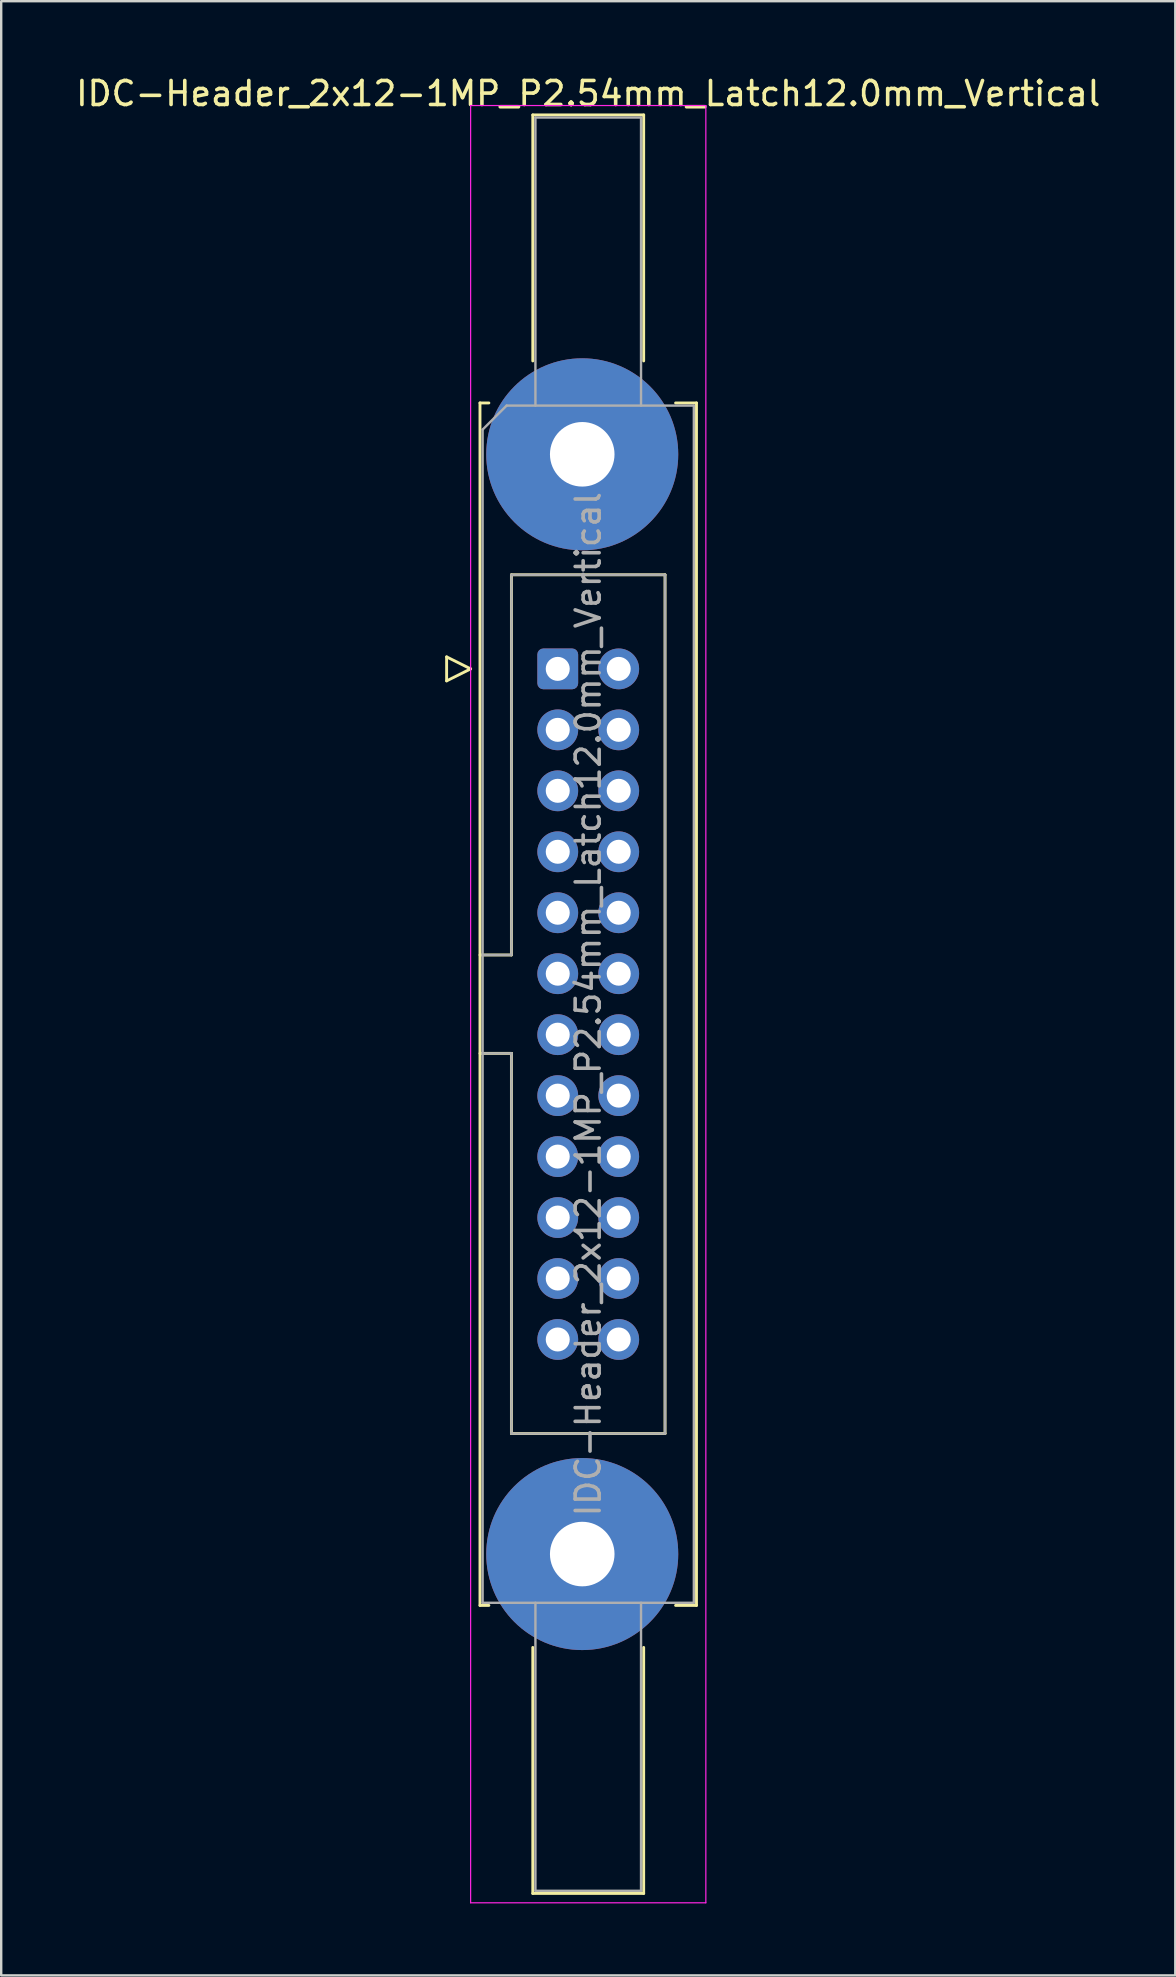
<source format=kicad_pcb>
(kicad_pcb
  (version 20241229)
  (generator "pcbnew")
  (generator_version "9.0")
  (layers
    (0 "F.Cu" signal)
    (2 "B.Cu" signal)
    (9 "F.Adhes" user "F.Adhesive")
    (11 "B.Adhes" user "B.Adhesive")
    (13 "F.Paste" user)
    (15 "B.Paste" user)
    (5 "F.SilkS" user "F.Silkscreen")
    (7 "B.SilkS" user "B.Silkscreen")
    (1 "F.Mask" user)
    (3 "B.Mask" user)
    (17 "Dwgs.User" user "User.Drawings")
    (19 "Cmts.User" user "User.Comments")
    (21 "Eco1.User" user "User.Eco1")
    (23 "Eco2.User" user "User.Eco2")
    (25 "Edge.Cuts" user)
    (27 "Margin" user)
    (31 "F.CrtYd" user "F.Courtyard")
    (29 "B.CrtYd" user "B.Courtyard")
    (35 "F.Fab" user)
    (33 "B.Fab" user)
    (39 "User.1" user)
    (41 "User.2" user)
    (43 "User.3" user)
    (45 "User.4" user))
  (footprint "IDC-Header_2x12-1MP_P2.54mm_Latch12.0mm_Vertical"
    (layer "F.Cu")
    (at 20.188 24.818)
    (property "Reference" "IDC-Header_2x12-1MP_P2.54mm_Latch12.0mm_Vertical" (at 1.27 -23.97 0) (layer "F.SilkS") (effects (font (size 1 1) (thickness 0.15))))
    (attr through_hole)
    (fp_line (start -4.63 -0.5) (end -4.63 0.5) (stroke (width 0.12) (type solid)) (layer "F.SilkS"))
    (fp_line (start -4.63 0.5) (end -3.63 0) (stroke (width 0.12) (type solid)) (layer "F.SilkS"))
    (fp_line (start -3.63 0) (end -4.63 -0.5) (stroke (width 0.12) (type solid)) (layer "F.SilkS"))
    (fp_line (start -3.24 -11.08) (end -3.24 39.02) (stroke (width 0.12) (type solid)) (layer "F.SilkS"))
    (fp_line (start -3.24 11.92) (end -1.93 11.92) (stroke (width 0.12) (type solid)) (layer "F.SilkS"))
    (fp_line (start -3.24 39.02) (end -2.87 39.02) (stroke (width 0.12) (type solid)) (layer "F.SilkS"))
    (fp_line (start -2.87 -11.08) (end -3.24 -11.08) (stroke (width 0.12) (type solid)) (layer "F.SilkS"))
    (fp_line (start -1.93 -3.92) (end 4.47 -3.92) (stroke (width 0.12) (type solid)) (layer "F.SilkS"))
    (fp_line (start -1.93 11.92) (end -1.93 -3.92) (stroke (width 0.12) (type solid)) (layer "F.SilkS"))
    (fp_line (start -1.93 16.02) (end -3.24 16.02) (stroke (width 0.12) (type solid)) (layer "F.SilkS"))
    (fp_line (start -1.93 16.02) (end -1.93 16.02) (stroke (width 0.12) (type solid)) (layer "F.SilkS"))
    (fp_line (start -1.93 31.86) (end -1.93 16.02) (stroke (width 0.12) (type solid)) (layer "F.SilkS"))
    (fp_line (start -1.04 -23.08) (end 3.58 -23.08) (stroke (width 0.12) (type solid)) (layer "F.SilkS"))
    (fp_line (start -1.04 -12.83) (end -1.04 -23.08) (stroke (width 0.12) (type solid)) (layer "F.SilkS"))
    (fp_line (start -1.04 40.77) (end -1.04 51.02) (stroke (width 0.12) (type solid)) (layer "F.SilkS"))
    (fp_line (start -1.04 51.02) (end 3.58 51.02) (stroke (width 0.12) (type solid)) (layer "F.SilkS"))
    (fp_line (start 3.58 -23.08) (end 3.58 -12.83) (stroke (width 0.12) (type solid)) (layer "F.SilkS"))
    (fp_line (start 3.58 51.02) (end 3.58 40.77) (stroke (width 0.12) (type solid)) (layer "F.SilkS"))
    (fp_line (start 4.47 -3.92) (end 4.47 31.86) (stroke (width 0.12) (type solid)) (layer "F.SilkS"))
    (fp_line (start 4.47 31.86) (end -1.93 31.86) (stroke (width 0.12) (type solid)) (layer "F.SilkS"))
    (fp_line (start 4.91 -11.08) (end 5.78 -11.08) (stroke (width 0.12) (type solid)) (layer "F.SilkS"))
    (fp_line (start 5.78 -11.08) (end 5.78 39.02) (stroke (width 0.12) (type solid)) (layer "F.SilkS"))
    (fp_line (start 5.78 39.02) (end 4.91 39.02) (stroke (width 0.12) (type solid)) (layer "F.SilkS"))
    (fp_line (start -3.63 -23.47) (end -3.63 51.41) (stroke (width 0.05) (type solid)) (layer "F.CrtYd"))
    (fp_line (start -3.63 51.41) (end 6.17 51.41) (stroke (width 0.05) (type solid)) (layer "F.CrtYd"))
    (fp_line (start 6.17 -23.47) (end -3.63 -23.47) (stroke (width 0.05) (type solid)) (layer "F.CrtYd"))
    (fp_line (start 6.17 51.41) (end 6.17 -23.47) (stroke (width 0.05) (type solid)) (layer "F.CrtYd"))
    (fp_line (start -3.13 -9.97) (end -2.13 -10.97) (stroke (width 0.1) (type solid)) (layer "F.Fab"))
    (fp_line (start -3.13 11.92) (end -1.93 11.92) (stroke (width 0.1) (type solid)) (layer "F.Fab"))
    (fp_line (start -3.13 38.91) (end -3.13 -9.97) (stroke (width 0.1) (type solid)) (layer "F.Fab"))
    (fp_line (start -2.13 -10.97) (end 5.67 -10.97) (stroke (width 0.1) (type solid)) (layer "F.Fab"))
    (fp_line (start -1.93 -3.92) (end 4.47 -3.92) (stroke (width 0.1) (type solid)) (layer "F.Fab"))
    (fp_line (start -1.93 11.92) (end -1.93 -3.92) (stroke (width 0.1) (type solid)) (layer "F.Fab"))
    (fp_line (start -1.93 16.02) (end -3.13 16.02) (stroke (width 0.1) (type solid)) (layer "F.Fab"))
    (fp_line (start -1.93 16.02) (end -1.93 16.02) (stroke (width 0.1) (type solid)) (layer "F.Fab"))
    (fp_line (start -1.93 31.86) (end -1.93 16.02) (stroke (width 0.1) (type solid)) (layer "F.Fab"))
    (fp_line (start -0.93 -22.97) (end 3.47 -22.97) (stroke (width 0.1) (type solid)) (layer "F.Fab"))
    (fp_line (start -0.93 -10.97) (end -0.93 -22.97) (stroke (width 0.1) (type solid)) (layer "F.Fab"))
    (fp_line (start -0.93 38.91) (end -0.93 50.91) (stroke (width 0.1) (type solid)) (layer "F.Fab"))
    (fp_line (start -0.93 50.91) (end 3.47 50.91) (stroke (width 0.1) (type solid)) (layer "F.Fab"))
    (fp_line (start 3.47 -22.97) (end 3.47 -10.97) (stroke (width 0.1) (type solid)) (layer "F.Fab"))
    (fp_line (start 3.47 50.91) (end 3.47 38.91) (stroke (width 0.1) (type solid)) (layer "F.Fab"))
    (fp_line (start 4.47 -3.92) (end 4.47 31.86) (stroke (width 0.1) (type solid)) (layer "F.Fab"))
    (fp_line (start 4.47 31.86) (end -1.93 31.86) (stroke (width 0.1) (type solid)) (layer "F.Fab"))
    (fp_line (start 5.67 -10.97) (end 5.67 38.91) (stroke (width 0.1) (type solid)) (layer "F.Fab"))
    (fp_line (start 5.67 38.91) (end -3.13 38.91) (stroke (width 0.1) (type solid)) (layer "F.Fab"))
    (fp_text user "${REFERENCE}" (at 1.27 13.97 90) (layer "F.Fab") (effects (font (size 1 1) (thickness 0.15))))
    (pad "1" thru_hole roundrect (at 0 0) (size 1.7 1.7) (drill 1) (layers "*.Cu" "*.Mask") (roundrect_rratio 0.147))
    (pad "2" thru_hole circle (at 2.54 0) (size 1.7 1.7) (drill 1) (layers "*.Cu" "*.Mask"))
    (pad "3" thru_hole circle (at 0 2.54) (size 1.7 1.7) (drill 1) (layers "*.Cu" "*.Mask"))
    (pad "4" thru_hole circle (at 2.54 2.54) (size 1.7 1.7) (drill 1) (layers "*.Cu" "*.Mask"))
    (pad "5" thru_hole circle (at 0 5.08) (size 1.7 1.7) (drill 1) (layers "*.Cu" "*.Mask"))
    (pad "6" thru_hole circle (at 2.54 5.08) (size 1.7 1.7) (drill 1) (layers "*.Cu" "*.Mask"))
    (pad "7" thru_hole circle (at 0 7.62) (size 1.7 1.7) (drill 1) (layers "*.Cu" "*.Mask"))
    (pad "8" thru_hole circle (at 2.54 7.62) (size 1.7 1.7) (drill 1) (layers "*.Cu" "*.Mask"))
    (pad "9" thru_hole circle (at 0 10.16) (size 1.7 1.7) (drill 1) (layers "*.Cu" "*.Mask"))
    (pad "10" thru_hole circle (at 2.54 10.16) (size 1.7 1.7) (drill 1) (layers "*.Cu" "*.Mask"))
    (pad "11" thru_hole circle (at 0 12.7) (size 1.7 1.7) (drill 1) (layers "*.Cu" "*.Mask"))
    (pad "12" thru_hole circle (at 2.54 12.7) (size 1.7 1.7) (drill 1) (layers "*.Cu" "*.Mask"))
    (pad "13" thru_hole circle (at 0 15.24) (size 1.7 1.7) (drill 1) (layers "*.Cu" "*.Mask"))
    (pad "14" thru_hole circle (at 2.54 15.24) (size 1.7 1.7) (drill 1) (layers "*.Cu" "*.Mask"))
    (pad "15" thru_hole circle (at 0 17.78) (size 1.7 1.7) (drill 1) (layers "*.Cu" "*.Mask"))
    (pad "16" thru_hole circle (at 2.54 17.78) (size 1.7 1.7) (drill 1) (layers "*.Cu" "*.Mask"))
    (pad "17" thru_hole circle (at 0 20.32) (size 1.7 1.7) (drill 1) (layers "*.Cu" "*.Mask"))
    (pad "18" thru_hole circle (at 2.54 20.32) (size 1.7 1.7) (drill 1) (layers "*.Cu" "*.Mask"))
    (pad "19" thru_hole circle (at 0 22.86) (size 1.7 1.7) (drill 1) (layers "*.Cu" "*.Mask"))
    (pad "20" thru_hole circle (at 2.54 22.86) (size 1.7 1.7) (drill 1) (layers "*.Cu" "*.Mask"))
    (pad "21" thru_hole circle (at 0 25.4) (size 1.7 1.7) (drill 1) (layers "*.Cu" "*.Mask"))
    (pad "22" thru_hole circle (at 2.54 25.4) (size 1.7 1.7) (drill 1) (layers "*.Cu" "*.Mask"))
    (pad "23" thru_hole circle (at 0 27.94) (size 1.7 1.7) (drill 1) (layers "*.Cu" "*.Mask"))
    (pad "24" thru_hole circle (at 2.54 27.94) (size 1.7 1.7) (drill 1) (layers "*.Cu" "*.Mask"))
    (pad "MP" thru_hole circle (at 1.02 -8.94) (size 8 8) (drill 2.69) (layers "*.Cu" "*.Mask"))
    (pad "MP" thru_hole circle (at 1.02 36.88) (size 8 8) (drill 2.69) (layers "*.Cu" "*.Mask")))
  (gr_rect
    (start -3 -3)
    (end 45.917 79.253)
    (stroke (width 0.1) (type default))
    (fill no)
    (layer "Edge.Cuts")))
</source>
